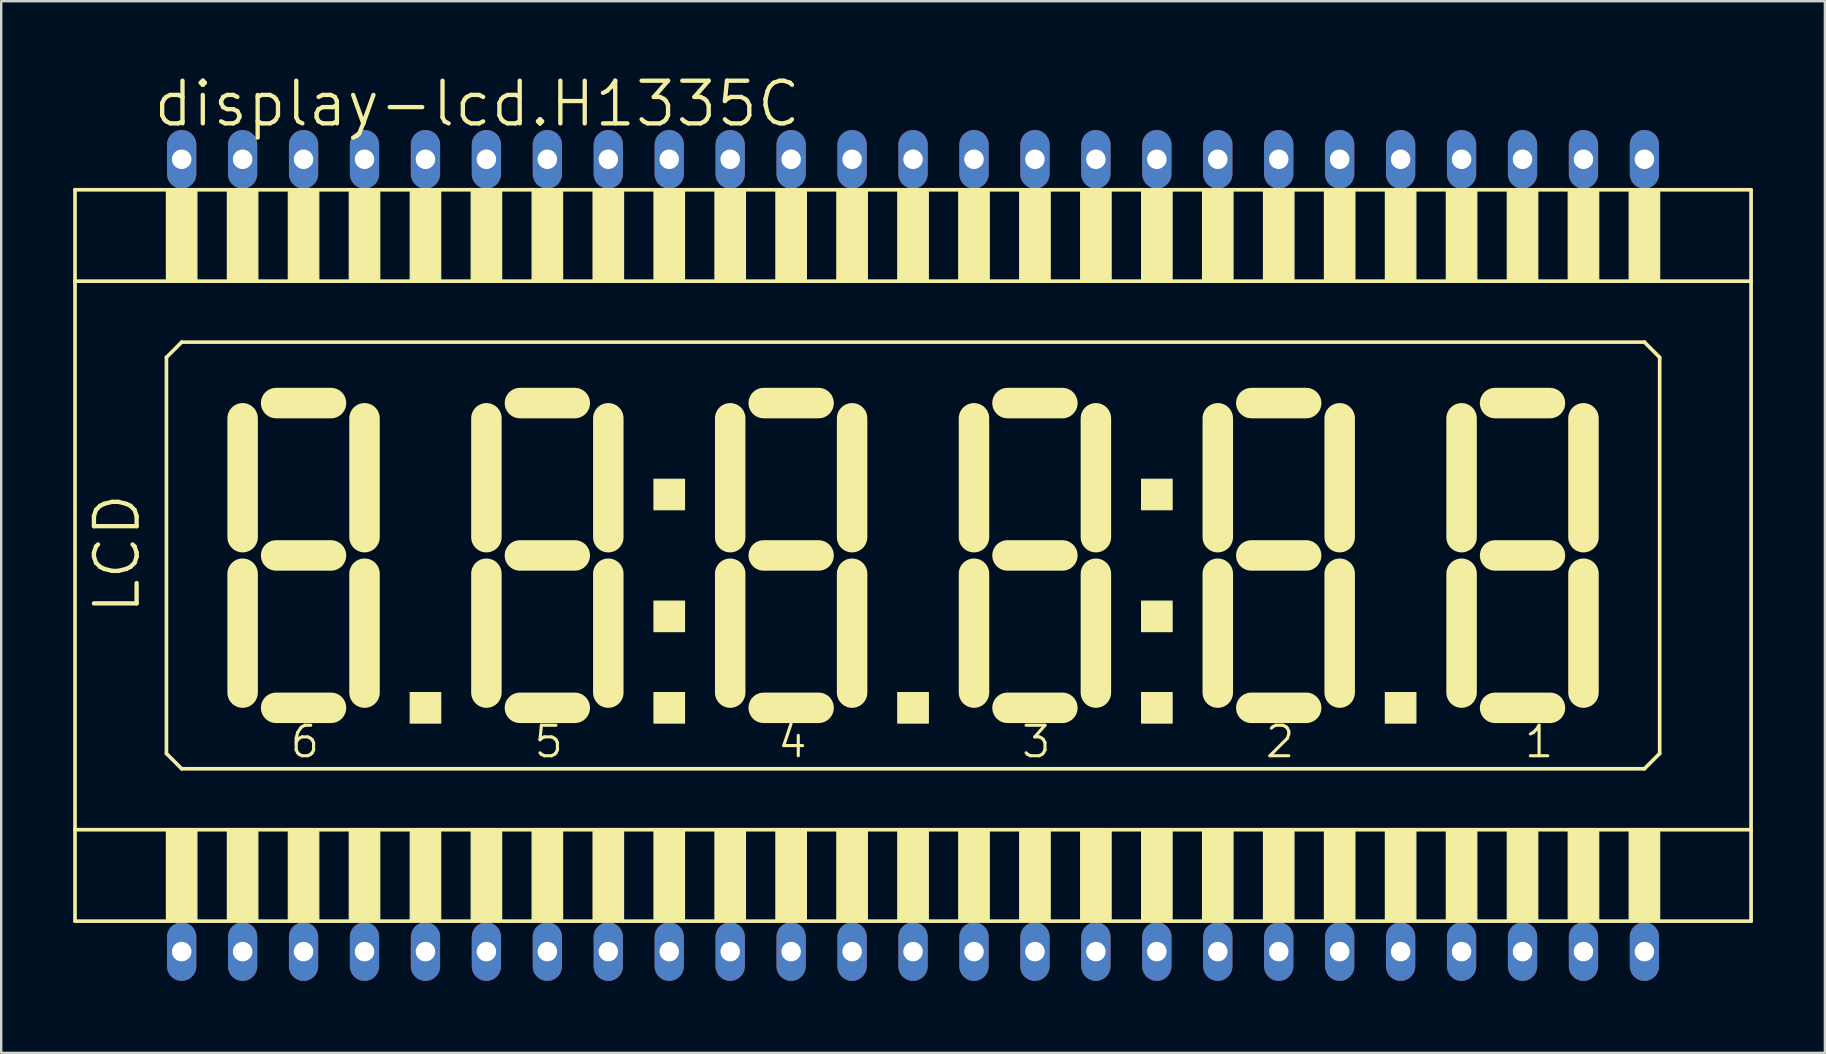
<source format=kicad_pcb>
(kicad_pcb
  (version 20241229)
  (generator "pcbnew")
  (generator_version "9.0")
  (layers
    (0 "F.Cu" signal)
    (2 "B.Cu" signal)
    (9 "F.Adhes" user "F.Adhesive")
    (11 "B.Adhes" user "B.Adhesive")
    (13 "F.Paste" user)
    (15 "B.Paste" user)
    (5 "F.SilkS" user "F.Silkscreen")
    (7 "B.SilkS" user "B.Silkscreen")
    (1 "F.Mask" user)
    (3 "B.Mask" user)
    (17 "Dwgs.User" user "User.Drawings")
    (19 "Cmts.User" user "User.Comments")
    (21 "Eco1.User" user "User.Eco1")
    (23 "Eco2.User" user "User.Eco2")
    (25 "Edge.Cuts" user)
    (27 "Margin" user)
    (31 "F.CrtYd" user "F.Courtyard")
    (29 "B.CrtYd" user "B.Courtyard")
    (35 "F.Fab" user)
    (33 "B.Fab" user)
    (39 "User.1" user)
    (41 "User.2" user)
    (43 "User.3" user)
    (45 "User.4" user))
  (footprint "display-lcd.H1335C"
    (layer "F.Cu")
    (at 35.001 20.098)
    (property "Reference" "display-lcd.H1335C" (at -31.75 -17.78 0) (layer "F.SilkS") (effects (font (size 1.778 1.778) (thickness 0.18)) (justify left bottom)))
    (attr through_hole)
    (fp_line (start -34.925 -15.24) (end -34.925 -11.43) (stroke (width 0.152) (type default)) (layer "F.SilkS"))
    (fp_line (start -34.925 -11.43) (end -34.925 11.43) (stroke (width 0.152) (type default)) (layer "F.SilkS"))
    (fp_line (start -34.925 -11.43) (end 34.925 -11.43) (stroke (width 0.152) (type default)) (layer "F.SilkS"))
    (fp_line (start -34.925 11.43) (end -34.925 15.24) (stroke (width 0.152) (type default)) (layer "F.SilkS"))
    (fp_line (start -34.925 15.24) (end 34.925 15.24) (stroke (width 0.152) (type default)) (layer "F.SilkS"))
    (fp_line (start -31.115 -8.255) (end -31.115 8.255) (stroke (width 0.152) (type default)) (layer "F.SilkS"))
    (fp_line (start -31.115 8.255) (end -30.48 8.89) (stroke (width 0.152) (type default)) (layer "F.SilkS"))
    (fp_line (start -30.48 -8.89) (end -31.115 -8.255) (stroke (width 0.152) (type default)) (layer "F.SilkS"))
    (fp_line (start -30.48 8.89) (end 30.48 8.89) (stroke (width 0.152) (type default)) (layer "F.SilkS"))
    (fp_line (start -27.94 -5.715) (end -27.94 -0.762) (stroke (width 1.27) (type default)) (layer "F.SilkS"))
    (fp_line (start -27.94 0.762) (end -27.94 5.715) (stroke (width 1.27) (type default)) (layer "F.SilkS"))
    (fp_line (start -26.543 -6.35) (end -24.257 -6.35) (stroke (width 1.27) (type default)) (layer "F.SilkS"))
    (fp_line (start -26.543 0) (end -24.257 0) (stroke (width 1.27) (type default)) (layer "F.SilkS"))
    (fp_line (start -26.543 6.35) (end -24.257 6.35) (stroke (width 1.27) (type default)) (layer "F.SilkS"))
    (fp_line (start -22.86 -0.762) (end -22.86 -5.715) (stroke (width 1.27) (type default)) (layer "F.SilkS"))
    (fp_line (start -22.86 5.715) (end -22.86 0.762) (stroke (width 1.27) (type default)) (layer "F.SilkS"))
    (fp_line (start -17.78 -5.715) (end -17.78 -0.762) (stroke (width 1.27) (type default)) (layer "F.SilkS"))
    (fp_line (start -17.78 0.762) (end -17.78 5.715) (stroke (width 1.27) (type default)) (layer "F.SilkS"))
    (fp_line (start -16.383 -6.35) (end -14.097 -6.35) (stroke (width 1.27) (type default)) (layer "F.SilkS"))
    (fp_line (start -16.383 0) (end -14.097 0) (stroke (width 1.27) (type default)) (layer "F.SilkS"))
    (fp_line (start -16.383 6.35) (end -14.097 6.35) (stroke (width 1.27) (type default)) (layer "F.SilkS"))
    (fp_line (start -12.7 -0.762) (end -12.7 -5.715) (stroke (width 1.27) (type default)) (layer "F.SilkS"))
    (fp_line (start -12.7 5.715) (end -12.7 0.762) (stroke (width 1.27) (type default)) (layer "F.SilkS"))
    (fp_line (start -7.62 -5.715) (end -7.62 -0.762) (stroke (width 1.27) (type default)) (layer "F.SilkS"))
    (fp_line (start -7.62 0.762) (end -7.62 5.715) (stroke (width 1.27) (type default)) (layer "F.SilkS"))
    (fp_line (start -6.223 -6.35) (end -3.937 -6.35) (stroke (width 1.27) (type default)) (layer "F.SilkS"))
    (fp_line (start -6.223 0) (end -3.937 0) (stroke (width 1.27) (type default)) (layer "F.SilkS"))
    (fp_line (start -6.223 6.35) (end -3.937 6.35) (stroke (width 1.27) (type default)) (layer "F.SilkS"))
    (fp_line (start -2.54 -0.762) (end -2.54 -5.715) (stroke (width 1.27) (type default)) (layer "F.SilkS"))
    (fp_line (start -2.54 5.715) (end -2.54 0.762) (stroke (width 1.27) (type default)) (layer "F.SilkS"))
    (fp_line (start 2.54 -5.715) (end 2.54 -0.762) (stroke (width 1.27) (type default)) (layer "F.SilkS"))
    (fp_line (start 2.54 0.762) (end 2.54 5.715) (stroke (width 1.27) (type default)) (layer "F.SilkS"))
    (fp_line (start 3.937 -6.35) (end 6.223 -6.35) (stroke (width 1.27) (type default)) (layer "F.SilkS"))
    (fp_line (start 3.937 0) (end 6.223 0) (stroke (width 1.27) (type default)) (layer "F.SilkS"))
    (fp_line (start 3.937 6.35) (end 6.223 6.35) (stroke (width 1.27) (type default)) (layer "F.SilkS"))
    (fp_line (start 7.62 -0.762) (end 7.62 -5.715) (stroke (width 1.27) (type default)) (layer "F.SilkS"))
    (fp_line (start 7.62 5.715) (end 7.62 0.762) (stroke (width 1.27) (type default)) (layer "F.SilkS"))
    (fp_line (start 12.7 -5.715) (end 12.7 -0.762) (stroke (width 1.27) (type default)) (layer "F.SilkS"))
    (fp_line (start 12.7 0.762) (end 12.7 5.715) (stroke (width 1.27) (type default)) (layer "F.SilkS"))
    (fp_line (start 14.097 -6.35) (end 16.383 -6.35) (stroke (width 1.27) (type default)) (layer "F.SilkS"))
    (fp_line (start 14.097 0) (end 16.383 0) (stroke (width 1.27) (type default)) (layer "F.SilkS"))
    (fp_line (start 14.097 6.35) (end 16.383 6.35) (stroke (width 1.27) (type default)) (layer "F.SilkS"))
    (fp_line (start 17.78 -0.762) (end 17.78 -5.715) (stroke (width 1.27) (type default)) (layer "F.SilkS"))
    (fp_line (start 17.78 5.715) (end 17.78 0.762) (stroke (width 1.27) (type default)) (layer "F.SilkS"))
    (fp_line (start 22.86 -5.715) (end 22.86 -0.762) (stroke (width 1.27) (type default)) (layer "F.SilkS"))
    (fp_line (start 22.86 0.762) (end 22.86 5.715) (stroke (width 1.27) (type default)) (layer "F.SilkS"))
    (fp_line (start 24.257 -6.35) (end 26.543 -6.35) (stroke (width 1.27) (type default)) (layer "F.SilkS"))
    (fp_line (start 24.257 0) (end 26.543 0) (stroke (width 1.27) (type default)) (layer "F.SilkS"))
    (fp_line (start 24.257 6.35) (end 26.543 6.35) (stroke (width 1.27) (type default)) (layer "F.SilkS"))
    (fp_line (start 27.94 -0.762) (end 27.94 -5.715) (stroke (width 1.27) (type default)) (layer "F.SilkS"))
    (fp_line (start 27.94 5.715) (end 27.94 0.762) (stroke (width 1.27) (type default)) (layer "F.SilkS"))
    (fp_line (start 30.48 -8.89) (end -30.48 -8.89) (stroke (width 0.152) (type default)) (layer "F.SilkS"))
    (fp_line (start 30.48 8.89) (end 31.115 8.255) (stroke (width 0.152) (type default)) (layer "F.SilkS"))
    (fp_line (start 31.115 -8.255) (end 30.48 -8.89) (stroke (width 0.152) (type default)) (layer "F.SilkS"))
    (fp_line (start 31.115 8.255) (end 31.115 -8.255) (stroke (width 0.152) (type default)) (layer "F.SilkS"))
    (fp_line (start 34.925 -15.24) (end -34.925 -15.24) (stroke (width 0.152) (type default)) (layer "F.SilkS"))
    (fp_line (start 34.925 -11.43) (end 34.925 -15.24) (stroke (width 0.152) (type default)) (layer "F.SilkS"))
    (fp_line (start 34.925 11.43) (end -34.925 11.43) (stroke (width 0.152) (type default)) (layer "F.SilkS"))
    (fp_line (start 34.925 11.43) (end 34.925 -11.43) (stroke (width 0.152) (type default)) (layer "F.SilkS"))
    (fp_line (start 34.925 15.24) (end 34.925 11.43) (stroke (width 0.152) (type default)) (layer "F.SilkS"))
    (fp_rect (start -31.115 -11.43) (end -29.845 -15.24) (stroke (width 0.05) (type default)) (fill yes) (layer "F.SilkS"))
    (fp_rect (start -31.115 15.24) (end -29.845 11.43) (stroke (width 0.05) (type default)) (fill yes) (layer "F.SilkS"))
    (fp_rect (start -28.575 -11.43) (end -27.305 -15.24) (stroke (width 0.05) (type default)) (fill yes) (layer "F.SilkS"))
    (fp_rect (start -28.575 15.24) (end -27.305 11.43) (stroke (width 0.05) (type default)) (fill yes) (layer "F.SilkS"))
    (fp_rect (start -26.035 -11.43) (end -24.765 -15.24) (stroke (width 0.05) (type default)) (fill yes) (layer "F.SilkS"))
    (fp_rect (start -26.035 15.24) (end -24.765 11.43) (stroke (width 0.05) (type default)) (fill yes) (layer "F.SilkS"))
    (fp_rect (start -23.495 -11.43) (end -22.225 -15.24) (stroke (width 0.05) (type default)) (fill yes) (layer "F.SilkS"))
    (fp_rect (start -23.495 15.24) (end -22.225 11.43) (stroke (width 0.05) (type default)) (fill yes) (layer "F.SilkS"))
    (fp_rect (start -20.955 -11.43) (end -19.685 -15.24) (stroke (width 0.05) (type default)) (fill yes) (layer "F.SilkS"))
    (fp_rect (start -20.955 6.985) (end -19.685 5.715) (stroke (width 0.05) (type default)) (fill yes) (layer "F.SilkS"))
    (fp_rect (start -20.955 15.24) (end -19.685 11.43) (stroke (width 0.05) (type default)) (fill yes) (layer "F.SilkS"))
    (fp_rect (start -18.415 -11.43) (end -17.145 -15.24) (stroke (width 0.05) (type default)) (fill yes) (layer "F.SilkS"))
    (fp_rect (start -18.415 15.24) (end -17.145 11.43) (stroke (width 0.05) (type default)) (fill yes) (layer "F.SilkS"))
    (fp_rect (start -15.875 -11.43) (end -14.605 -15.24) (stroke (width 0.05) (type default)) (fill yes) (layer "F.SilkS"))
    (fp_rect (start -15.875 15.24) (end -14.605 11.43) (stroke (width 0.05) (type default)) (fill yes) (layer "F.SilkS"))
    (fp_rect (start -13.335 -11.43) (end -12.065 -15.24) (stroke (width 0.05) (type default)) (fill yes) (layer "F.SilkS"))
    (fp_rect (start -13.335 15.24) (end -12.065 11.43) (stroke (width 0.05) (type default)) (fill yes) (layer "F.SilkS"))
    (fp_rect (start -10.795 -11.43) (end -9.525 -15.24) (stroke (width 0.05) (type default)) (fill yes) (layer "F.SilkS"))
    (fp_rect (start -10.795 -1.905) (end -9.525 -3.175) (stroke (width 0.05) (type default)) (fill yes) (layer "F.SilkS"))
    (fp_rect (start -10.795 3.175) (end -9.525 1.905) (stroke (width 0.05) (type default)) (fill yes) (layer "F.SilkS"))
    (fp_rect (start -10.795 6.985) (end -9.525 5.715) (stroke (width 0.05) (type default)) (fill yes) (layer "F.SilkS"))
    (fp_rect (start -10.795 15.24) (end -9.525 11.43) (stroke (width 0.05) (type default)) (fill yes) (layer "F.SilkS"))
    (fp_rect (start -8.255 -11.43) (end -6.985 -15.24) (stroke (width 0.05) (type default)) (fill yes) (layer "F.SilkS"))
    (fp_rect (start -8.255 15.24) (end -6.985 11.43) (stroke (width 0.05) (type default)) (fill yes) (layer "F.SilkS"))
    (fp_rect (start -5.715 -11.43) (end -4.445 -15.24) (stroke (width 0.05) (type default)) (fill yes) (layer "F.SilkS"))
    (fp_rect (start -5.715 15.24) (end -4.445 11.43) (stroke (width 0.05) (type default)) (fill yes) (layer "F.SilkS"))
    (fp_rect (start -3.175 -11.43) (end -1.905 -15.24) (stroke (width 0.05) (type default)) (fill yes) (layer "F.SilkS"))
    (fp_rect (start -3.175 15.24) (end -1.905 11.43) (stroke (width 0.05) (type default)) (fill yes) (layer "F.SilkS"))
    (fp_rect (start -0.635 -11.43) (end 0.635 -15.24) (stroke (width 0.05) (type default)) (fill yes) (layer "F.SilkS"))
    (fp_rect (start -0.635 6.985) (end 0.635 5.715) (stroke (width 0.05) (type default)) (fill yes) (layer "F.SilkS"))
    (fp_rect (start -0.635 15.24) (end 0.635 11.43) (stroke (width 0.05) (type default)) (fill yes) (layer "F.SilkS"))
    (fp_rect (start 1.905 -11.43) (end 3.175 -15.24) (stroke (width 0.05) (type default)) (fill yes) (layer "F.SilkS"))
    (fp_rect (start 1.905 15.24) (end 3.175 11.43) (stroke (width 0.05) (type default)) (fill yes) (layer "F.SilkS"))
    (fp_rect (start 4.445 -11.43) (end 5.715 -15.24) (stroke (width 0.05) (type default)) (fill yes) (layer "F.SilkS"))
    (fp_rect (start 4.445 15.24) (end 5.715 11.43) (stroke (width 0.05) (type default)) (fill yes) (layer "F.SilkS"))
    (fp_rect (start 6.985 -11.43) (end 8.255 -15.24) (stroke (width 0.05) (type default)) (fill yes) (layer "F.SilkS"))
    (fp_rect (start 6.985 15.24) (end 8.255 11.43) (stroke (width 0.05) (type default)) (fill yes) (layer "F.SilkS"))
    (fp_rect (start 9.525 -11.43) (end 10.795 -15.24) (stroke (width 0.05) (type default)) (fill yes) (layer "F.SilkS"))
    (fp_rect (start 9.525 -1.905) (end 10.795 -3.175) (stroke (width 0.05) (type default)) (fill yes) (layer "F.SilkS"))
    (fp_rect (start 9.525 3.175) (end 10.795 1.905) (stroke (width 0.05) (type default)) (fill yes) (layer "F.SilkS"))
    (fp_rect (start 9.525 6.985) (end 10.795 5.715) (stroke (width 0.05) (type default)) (fill yes) (layer "F.SilkS"))
    (fp_rect (start 9.525 15.24) (end 10.795 11.43) (stroke (width 0.05) (type default)) (fill yes) (layer "F.SilkS"))
    (fp_rect (start 12.065 -11.43) (end 13.335 -15.24) (stroke (width 0.05) (type default)) (fill yes) (layer "F.SilkS"))
    (fp_rect (start 12.065 15.24) (end 13.335 11.43) (stroke (width 0.05) (type default)) (fill yes) (layer "F.SilkS"))
    (fp_rect (start 14.605 -11.43) (end 15.875 -15.24) (stroke (width 0.05) (type default)) (fill yes) (layer "F.SilkS"))
    (fp_rect (start 14.605 15.24) (end 15.875 11.43) (stroke (width 0.05) (type default)) (fill yes) (layer "F.SilkS"))
    (fp_rect (start 17.145 -11.43) (end 18.415 -15.24) (stroke (width 0.05) (type default)) (fill yes) (layer "F.SilkS"))
    (fp_rect (start 17.145 15.24) (end 18.415 11.43) (stroke (width 0.05) (type default)) (fill yes) (layer "F.SilkS"))
    (fp_rect (start 19.685 -11.43) (end 20.955 -15.24) (stroke (width 0.05) (type default)) (fill yes) (layer "F.SilkS"))
    (fp_rect (start 19.685 6.985) (end 20.955 5.715) (stroke (width 0.05) (type default)) (fill yes) (layer "F.SilkS"))
    (fp_rect (start 19.685 15.24) (end 20.955 11.43) (stroke (width 0.05) (type default)) (fill yes) (layer "F.SilkS"))
    (fp_rect (start 22.225 -11.43) (end 23.495 -15.24) (stroke (width 0.05) (type default)) (fill yes) (layer "F.SilkS"))
    (fp_rect (start 22.225 15.24) (end 23.495 11.43) (stroke (width 0.05) (type default)) (fill yes) (layer "F.SilkS"))
    (fp_rect (start 24.765 -11.43) (end 26.035 -15.24) (stroke (width 0.05) (type default)) (fill yes) (layer "F.SilkS"))
    (fp_rect (start 24.765 15.24) (end 26.035 11.43) (stroke (width 0.05) (type default)) (fill yes) (layer "F.SilkS"))
    (fp_rect (start 27.305 -11.43) (end 28.575 -15.24) (stroke (width 0.05) (type default)) (fill yes) (layer "F.SilkS"))
    (fp_rect (start 27.305 15.24) (end 28.575 11.43) (stroke (width 0.05) (type default)) (fill yes) (layer "F.SilkS"))
    (fp_rect (start 29.845 -11.43) (end 31.115 -15.24) (stroke (width 0.05) (type default)) (fill yes) (layer "F.SilkS"))
    (fp_rect (start 29.845 15.24) (end 31.115 11.43) (stroke (width 0.05) (type default)) (fill yes) (layer "F.SilkS"))
    (fp_text user "LCD" (at -32.131 2.54 90) (layer "F.SilkS") (effects (font (size 1.778 1.778) (thickness 0.18)) (justify left bottom)))
    (fp_text user "1 " (at 25.4 8.509 0) (layer "F.SilkS") (effects (font (size 1.27 1.27) (thickness 0.13)) (justify left bottom)))
    (fp_text user "3" (at 4.445 8.509 0) (layer "F.SilkS") (effects (font (size 1.27 1.27) (thickness 0.13)) (justify left bottom)))
    (fp_text user "6" (at -26.035 8.509 0) (layer "F.SilkS") (effects (font (size 1.27 1.27) (thickness 0.13)) (justify left bottom)))
    (fp_text user "4" (at -5.715 8.509 0) (layer "F.SilkS") (effects (font (size 1.27 1.27) (thickness 0.13)) (justify left bottom)))
    (fp_text user "2" (at 14.605 8.509 0) (layer "F.SilkS") (effects (font (size 1.27 1.27) (thickness 0.13)) (justify left bottom)))
    (fp_text user "5" (at -15.875 8.509 0) (layer "F.SilkS") (effects (font (size 1.27 1.27) (thickness 0.13)) (justify left bottom)))
    (pad "1" thru_hole oval (at -30.48 16.51 90) (size 2.438 1.219) (drill 0.813) (layers "*.Cu" "*.Mask"))
    (pad "2" thru_hole oval (at -27.94 16.51 90) (size 2.438 1.219) (drill 0.813) (layers "*.Cu" "*.Mask"))
    (pad "3" thru_hole oval (at -25.4 16.51 90) (size 2.438 1.219) (drill 0.813) (layers "*.Cu" "*.Mask"))
    (pad "4" thru_hole oval (at -22.86 16.51 90) (size 2.438 1.219) (drill 0.813) (layers "*.Cu" "*.Mask"))
    (pad "5" thru_hole oval (at -20.32 16.51 90) (size 2.438 1.219) (drill 0.813) (layers "*.Cu" "*.Mask"))
    (pad "6" thru_hole oval (at -17.78 16.51 90) (size 2.438 1.219) (drill 0.813) (layers "*.Cu" "*.Mask"))
    (pad "7" thru_hole oval (at -15.24 16.51 90) (size 2.438 1.219) (drill 0.813) (layers "*.Cu" "*.Mask"))
    (pad "8" thru_hole oval (at -12.7 16.51 90) (size 2.438 1.219) (drill 0.813) (layers "*.Cu" "*.Mask"))
    (pad "9" thru_hole oval (at -10.16 16.51 90) (size 2.438 1.219) (drill 0.813) (layers "*.Cu" "*.Mask"))
    (pad "10" thru_hole oval (at -7.62 16.51 90) (size 2.438 1.219) (drill 0.813) (layers "*.Cu" "*.Mask"))
    (pad "11" thru_hole oval (at -5.08 16.51 90) (size 2.438 1.219) (drill 0.813) (layers "*.Cu" "*.Mask"))
    (pad "12" thru_hole oval (at -2.54 16.51 90) (size 2.438 1.219) (drill 0.813) (layers "*.Cu" "*.Mask"))
    (pad "13" thru_hole oval (at 0 16.51 90) (size 2.438 1.219) (drill 0.813) (layers "*.Cu" "*.Mask"))
    (pad "14" thru_hole oval (at 2.54 16.51 90) (size 2.438 1.219) (drill 0.813) (layers "*.Cu" "*.Mask"))
    (pad "15" thru_hole oval (at 5.08 16.51 90) (size 2.438 1.219) (drill 0.813) (layers "*.Cu" "*.Mask"))
    (pad "16" thru_hole oval (at 7.62 16.51 90) (size 2.438 1.219) (drill 0.813) (layers "*.Cu" "*.Mask"))
    (pad "17" thru_hole oval (at 10.16 16.51 90) (size 2.438 1.219) (drill 0.813) (layers "*.Cu" "*.Mask"))
    (pad "18" thru_hole oval (at 12.7 16.51 90) (size 2.438 1.219) (drill 0.813) (layers "*.Cu" "*.Mask"))
    (pad "19" thru_hole oval (at 15.24 16.51 90) (size 2.438 1.219) (drill 0.813) (layers "*.Cu" "*.Mask"))
    (pad "20" thru_hole oval (at 17.78 16.51 90) (size 2.438 1.219) (drill 0.813) (layers "*.Cu" "*.Mask"))
    (pad "21" thru_hole oval (at 20.32 16.51 90) (size 2.438 1.219) (drill 0.813) (layers "*.Cu" "*.Mask"))
    (pad "22" thru_hole oval (at 22.86 16.51 90) (size 2.438 1.219) (drill 0.813) (layers "*.Cu" "*.Mask"))
    (pad "23" thru_hole oval (at 25.4 16.51 90) (size 2.438 1.219) (drill 0.813) (layers "*.Cu" "*.Mask"))
    (pad "24" thru_hole oval (at 27.94 16.51 90) (size 2.438 1.219) (drill 0.813) (layers "*.Cu" "*.Mask"))
    (pad "25" thru_hole oval (at 30.48 16.51 90) (size 2.438 1.219) (drill 0.813) (layers "*.Cu" "*.Mask"))
    (pad "26" thru_hole oval (at 30.48 -16.51 90) (size 2.438 1.219) (drill 0.813) (layers "*.Cu" "*.Mask"))
    (pad "27" thru_hole oval (at 27.94 -16.51 90) (size 2.438 1.219) (drill 0.813) (layers "*.Cu" "*.Mask"))
    (pad "28" thru_hole oval (at 25.4 -16.51 90) (size 2.438 1.219) (drill 0.813) (layers "*.Cu" "*.Mask"))
    (pad "29" thru_hole oval (at 22.86 -16.51 90) (size 2.438 1.219) (drill 0.813) (layers "*.Cu" "*.Mask"))
    (pad "30" thru_hole oval (at 20.32 -16.51 90) (size 2.438 1.219) (drill 0.813) (layers "*.Cu" "*.Mask"))
    (pad "31" thru_hole oval (at 17.78 -16.51 90) (size 2.438 1.219) (drill 0.813) (layers "*.Cu" "*.Mask"))
    (pad "32" thru_hole oval (at 15.24 -16.51 90) (size 2.438 1.219) (drill 0.813) (layers "*.Cu" "*.Mask"))
    (pad "33" thru_hole oval (at 12.7 -16.51 90) (size 2.438 1.219) (drill 0.813) (layers "*.Cu" "*.Mask"))
    (pad "34" thru_hole oval (at 10.16 -16.51 90) (size 2.438 1.219) (drill 0.813) (layers "*.Cu" "*.Mask"))
    (pad "35" thru_hole oval (at 7.62 -16.51 90) (size 2.438 1.219) (drill 0.813) (layers "*.Cu" "*.Mask"))
    (pad "36" thru_hole oval (at 5.08 -16.51 90) (size 2.438 1.219) (drill 0.813) (layers "*.Cu" "*.Mask"))
    (pad "37" thru_hole oval (at 2.54 -16.51 90) (size 2.438 1.219) (drill 0.813) (layers "*.Cu" "*.Mask"))
    (pad "38" thru_hole oval (at 0 -16.51 90) (size 2.438 1.219) (drill 0.813) (layers "*.Cu" "*.Mask"))
    (pad "39" thru_hole oval (at -2.54 -16.51 90) (size 2.438 1.219) (drill 0.813) (layers "*.Cu" "*.Mask"))
    (pad "40" thru_hole oval (at -5.08 -16.51 90) (size 2.438 1.219) (drill 0.813) (layers "*.Cu" "*.Mask"))
    (pad "41" thru_hole oval (at -7.62 -16.51 90) (size 2.438 1.219) (drill 0.813) (layers "*.Cu" "*.Mask"))
    (pad "42" thru_hole oval (at -10.16 -16.51 90) (size 2.438 1.219) (drill 0.813) (layers "*.Cu" "*.Mask"))
    (pad "43" thru_hole oval (at -12.7 -16.51 90) (size 2.438 1.219) (drill 0.813) (layers "*.Cu" "*.Mask"))
    (pad "44" thru_hole oval (at -15.24 -16.51 90) (size 2.438 1.219) (drill 0.813) (layers "*.Cu" "*.Mask"))
    (pad "45" thru_hole oval (at -17.78 -16.51 90) (size 2.438 1.219) (drill 0.813) (layers "*.Cu" "*.Mask"))
    (pad "46" thru_hole oval (at -20.32 -16.51 90) (size 2.438 1.219) (drill 0.813) (layers "*.Cu" "*.Mask"))
    (pad "47" thru_hole oval (at -22.86 -16.51 90) (size 2.438 1.219) (drill 0.813) (layers "*.Cu" "*.Mask"))
    (pad "48" thru_hole oval (at -25.4 -16.51 90) (size 2.438 1.219) (drill 0.813) (layers "*.Cu" "*.Mask"))
    (pad "49" thru_hole oval (at -27.94 -16.51 90) (size 2.438 1.219) (drill 0.813) (layers "*.Cu" "*.Mask"))
    (pad "50" thru_hole oval (at -30.48 -16.51 90) (size 2.438 1.219) (drill 0.813) (layers "*.Cu" "*.Mask")))
  (gr_rect
    (start -3 -3)
    (end 73.002 40.827)
    (stroke (width 0.1) (type default))
    (fill no)
    (layer "Edge.Cuts")))
</source>
